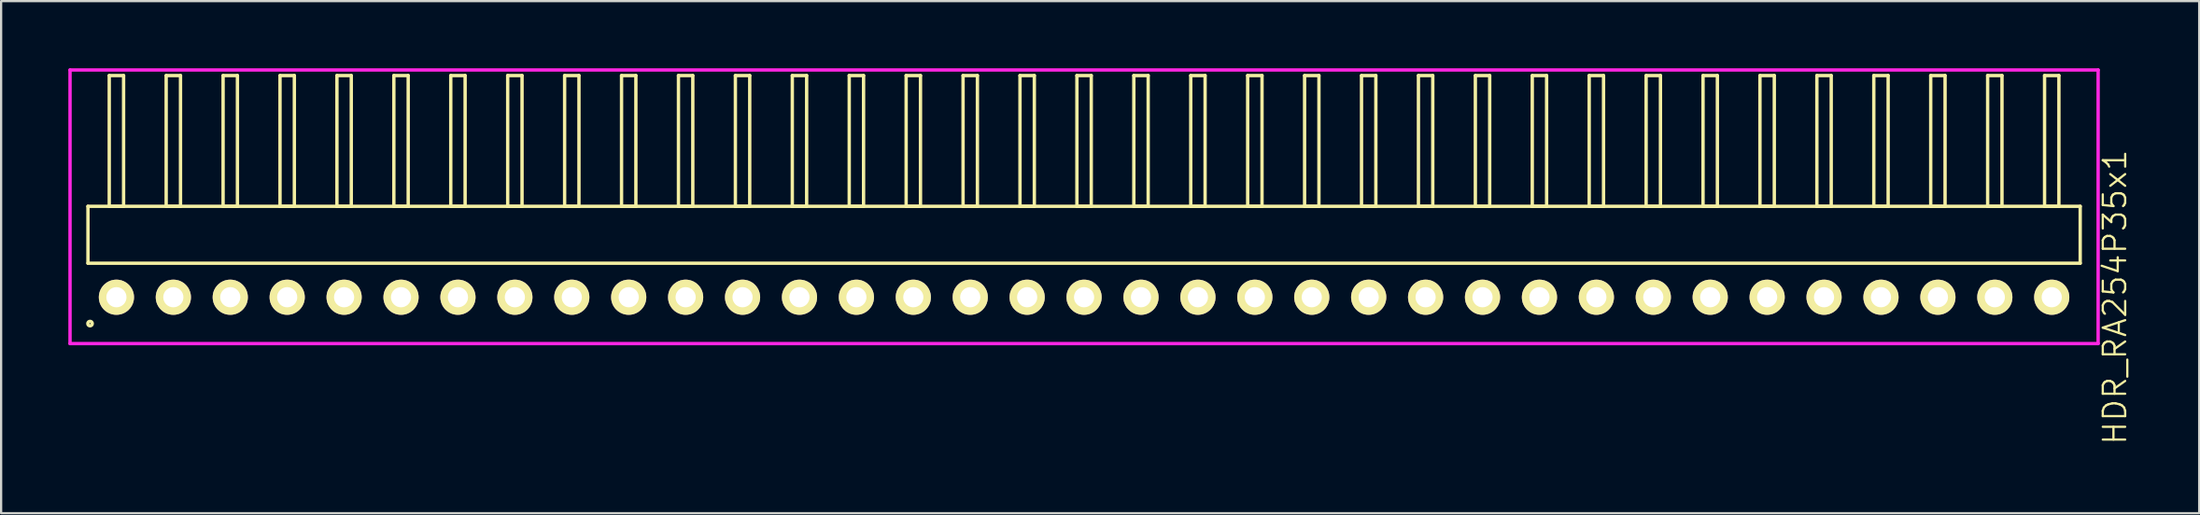
<source format=kicad_pcb>
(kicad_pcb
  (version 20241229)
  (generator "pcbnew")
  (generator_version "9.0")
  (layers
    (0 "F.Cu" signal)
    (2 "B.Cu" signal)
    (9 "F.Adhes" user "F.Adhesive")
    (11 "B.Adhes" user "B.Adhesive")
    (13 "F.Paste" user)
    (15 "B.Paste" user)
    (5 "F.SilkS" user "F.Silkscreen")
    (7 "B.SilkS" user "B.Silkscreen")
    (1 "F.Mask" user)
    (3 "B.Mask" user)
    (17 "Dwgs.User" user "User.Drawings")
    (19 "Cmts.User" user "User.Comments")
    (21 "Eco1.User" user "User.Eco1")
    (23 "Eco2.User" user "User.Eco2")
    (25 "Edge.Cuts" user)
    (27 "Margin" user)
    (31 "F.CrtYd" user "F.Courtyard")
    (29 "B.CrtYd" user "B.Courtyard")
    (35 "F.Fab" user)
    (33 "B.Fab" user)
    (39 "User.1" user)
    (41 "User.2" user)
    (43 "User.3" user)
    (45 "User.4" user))
  (footprint "HDR_RA254P35x1"
    (layer "F.Cu")
    (at 45.325 10.225)
    (property "Reference" "HDR_RA254P35x1" (at 46 0 90) (layer "F.SilkS") (effects (font (size 1 1) (thickness 0.1))))
    (attr through_hole)
    (fp_line (start -44.45 -4.06) (end -44.45 -1.52) (stroke (width 0.15) (type solid)) (layer "F.SilkS"))
    (fp_line (start -44.45 -1.52) (end 44.45 -1.52) (stroke (width 0.15) (type solid)) (layer "F.SilkS"))
    (fp_line (start -43.5 -9.9) (end -43.5 -4.06) (stroke (width 0.15) (type solid)) (layer "F.SilkS"))
    (fp_line (start -43.5 -4.06) (end -42.86 -4.06) (stroke (width 0.15) (type solid)) (layer "F.SilkS"))
    (fp_line (start -42.86 -9.9) (end -43.5 -9.9) (stroke (width 0.15) (type solid)) (layer "F.SilkS"))
    (fp_line (start -42.86 -4.06) (end -42.86 -9.9) (stroke (width 0.15) (type solid)) (layer "F.SilkS"))
    (fp_line (start -40.96 -9.9) (end -40.96 -4.06) (stroke (width 0.15) (type solid)) (layer "F.SilkS"))
    (fp_line (start -40.96 -4.06) (end -40.32 -4.06) (stroke (width 0.15) (type solid)) (layer "F.SilkS"))
    (fp_line (start -40.32 -9.9) (end -40.96 -9.9) (stroke (width 0.15) (type solid)) (layer "F.SilkS"))
    (fp_line (start -40.32 -4.06) (end -40.32 -9.9) (stroke (width 0.15) (type solid)) (layer "F.SilkS"))
    (fp_line (start -38.42 -9.9) (end -38.42 -4.06) (stroke (width 0.15) (type solid)) (layer "F.SilkS"))
    (fp_line (start -38.42 -4.06) (end -37.78 -4.06) (stroke (width 0.15) (type solid)) (layer "F.SilkS"))
    (fp_line (start -37.78 -9.9) (end -38.42 -9.9) (stroke (width 0.15) (type solid)) (layer "F.SilkS"))
    (fp_line (start -37.78 -4.06) (end -37.78 -9.9) (stroke (width 0.15) (type solid)) (layer "F.SilkS"))
    (fp_line (start -35.88 -9.9) (end -35.88 -4.06) (stroke (width 0.15) (type solid)) (layer "F.SilkS"))
    (fp_line (start -35.88 -4.06) (end -35.24 -4.06) (stroke (width 0.15) (type solid)) (layer "F.SilkS"))
    (fp_line (start -35.24 -9.9) (end -35.88 -9.9) (stroke (width 0.15) (type solid)) (layer "F.SilkS"))
    (fp_line (start -35.24 -4.06) (end -35.24 -9.9) (stroke (width 0.15) (type solid)) (layer "F.SilkS"))
    (fp_line (start -33.34 -9.9) (end -33.34 -4.06) (stroke (width 0.15) (type solid)) (layer "F.SilkS"))
    (fp_line (start -33.34 -4.06) (end -32.7 -4.06) (stroke (width 0.15) (type solid)) (layer "F.SilkS"))
    (fp_line (start -32.7 -9.9) (end -33.34 -9.9) (stroke (width 0.15) (type solid)) (layer "F.SilkS"))
    (fp_line (start -32.7 -4.06) (end -32.7 -9.9) (stroke (width 0.15) (type solid)) (layer "F.SilkS"))
    (fp_line (start -30.8 -9.9) (end -30.8 -4.06) (stroke (width 0.15) (type solid)) (layer "F.SilkS"))
    (fp_line (start -30.8 -4.06) (end -30.16 -4.06) (stroke (width 0.15) (type solid)) (layer "F.SilkS"))
    (fp_line (start -30.16 -9.9) (end -30.8 -9.9) (stroke (width 0.15) (type solid)) (layer "F.SilkS"))
    (fp_line (start -30.16 -4.06) (end -30.16 -9.9) (stroke (width 0.15) (type solid)) (layer "F.SilkS"))
    (fp_line (start -28.26 -9.9) (end -28.26 -4.06) (stroke (width 0.15) (type solid)) (layer "F.SilkS"))
    (fp_line (start -28.26 -4.06) (end -27.62 -4.06) (stroke (width 0.15) (type solid)) (layer "F.SilkS"))
    (fp_line (start -27.62 -9.9) (end -28.26 -9.9) (stroke (width 0.15) (type solid)) (layer "F.SilkS"))
    (fp_line (start -27.62 -4.06) (end -27.62 -9.9) (stroke (width 0.15) (type solid)) (layer "F.SilkS"))
    (fp_line (start -25.72 -9.9) (end -25.72 -4.06) (stroke (width 0.15) (type solid)) (layer "F.SilkS"))
    (fp_line (start -25.72 -4.06) (end -25.08 -4.06) (stroke (width 0.15) (type solid)) (layer "F.SilkS"))
    (fp_line (start -25.08 -9.9) (end -25.72 -9.9) (stroke (width 0.15) (type solid)) (layer "F.SilkS"))
    (fp_line (start -25.08 -4.06) (end -25.08 -9.9) (stroke (width 0.15) (type solid)) (layer "F.SilkS"))
    (fp_line (start -23.18 -9.9) (end -23.18 -4.06) (stroke (width 0.15) (type solid)) (layer "F.SilkS"))
    (fp_line (start -23.18 -4.06) (end -22.54 -4.06) (stroke (width 0.15) (type solid)) (layer "F.SilkS"))
    (fp_line (start -22.54 -9.9) (end -23.18 -9.9) (stroke (width 0.15) (type solid)) (layer "F.SilkS"))
    (fp_line (start -22.54 -4.06) (end -22.54 -9.9) (stroke (width 0.15) (type solid)) (layer "F.SilkS"))
    (fp_line (start -20.64 -9.9) (end -20.64 -4.06) (stroke (width 0.15) (type solid)) (layer "F.SilkS"))
    (fp_line (start -20.64 -4.06) (end -20 -4.06) (stroke (width 0.15) (type solid)) (layer "F.SilkS"))
    (fp_line (start -20 -9.9) (end -20.64 -9.9) (stroke (width 0.15) (type solid)) (layer "F.SilkS"))
    (fp_line (start -20 -4.06) (end -20 -9.9) (stroke (width 0.15) (type solid)) (layer "F.SilkS"))
    (fp_line (start -18.1 -9.9) (end -18.1 -4.06) (stroke (width 0.15) (type solid)) (layer "F.SilkS"))
    (fp_line (start -18.1 -4.06) (end -17.46 -4.06) (stroke (width 0.15) (type solid)) (layer "F.SilkS"))
    (fp_line (start -17.46 -9.9) (end -18.1 -9.9) (stroke (width 0.15) (type solid)) (layer "F.SilkS"))
    (fp_line (start -17.46 -4.06) (end -17.46 -9.9) (stroke (width 0.15) (type solid)) (layer "F.SilkS"))
    (fp_line (start -15.56 -9.9) (end -15.56 -4.06) (stroke (width 0.15) (type solid)) (layer "F.SilkS"))
    (fp_line (start -15.56 -4.06) (end -14.92 -4.06) (stroke (width 0.15) (type solid)) (layer "F.SilkS"))
    (fp_line (start -14.92 -9.9) (end -15.56 -9.9) (stroke (width 0.15) (type solid)) (layer "F.SilkS"))
    (fp_line (start -14.92 -4.06) (end -14.92 -9.9) (stroke (width 0.15) (type solid)) (layer "F.SilkS"))
    (fp_line (start -13.02 -9.9) (end -13.02 -4.06) (stroke (width 0.15) (type solid)) (layer "F.SilkS"))
    (fp_line (start -13.02 -4.06) (end -12.38 -4.06) (stroke (width 0.15) (type solid)) (layer "F.SilkS"))
    (fp_line (start -12.38 -9.9) (end -13.02 -9.9) (stroke (width 0.15) (type solid)) (layer "F.SilkS"))
    (fp_line (start -12.38 -4.06) (end -12.38 -9.9) (stroke (width 0.15) (type solid)) (layer "F.SilkS"))
    (fp_line (start -10.48 -9.9) (end -10.48 -4.06) (stroke (width 0.15) (type solid)) (layer "F.SilkS"))
    (fp_line (start -10.48 -4.06) (end -9.84 -4.06) (stroke (width 0.15) (type solid)) (layer "F.SilkS"))
    (fp_line (start -9.84 -9.9) (end -10.48 -9.9) (stroke (width 0.15) (type solid)) (layer "F.SilkS"))
    (fp_line (start -9.84 -4.06) (end -9.84 -9.9) (stroke (width 0.15) (type solid)) (layer "F.SilkS"))
    (fp_line (start -7.94 -9.9) (end -7.94 -4.06) (stroke (width 0.15) (type solid)) (layer "F.SilkS"))
    (fp_line (start -7.94 -4.06) (end -7.3 -4.06) (stroke (width 0.15) (type solid)) (layer "F.SilkS"))
    (fp_line (start -7.3 -9.9) (end -7.94 -9.9) (stroke (width 0.15) (type solid)) (layer "F.SilkS"))
    (fp_line (start -7.3 -4.06) (end -7.3 -9.9) (stroke (width 0.15) (type solid)) (layer "F.SilkS"))
    (fp_line (start -5.4 -9.9) (end -5.4 -4.06) (stroke (width 0.15) (type solid)) (layer "F.SilkS"))
    (fp_line (start -5.4 -4.06) (end -4.76 -4.06) (stroke (width 0.15) (type solid)) (layer "F.SilkS"))
    (fp_line (start -4.76 -9.9) (end -5.4 -9.9) (stroke (width 0.15) (type solid)) (layer "F.SilkS"))
    (fp_line (start -4.76 -4.06) (end -4.76 -9.9) (stroke (width 0.15) (type solid)) (layer "F.SilkS"))
    (fp_line (start -2.86 -9.9) (end -2.86 -4.06) (stroke (width 0.15) (type solid)) (layer "F.SilkS"))
    (fp_line (start -2.86 -4.06) (end -2.22 -4.06) (stroke (width 0.15) (type solid)) (layer "F.SilkS"))
    (fp_line (start -2.22 -9.9) (end -2.86 -9.9) (stroke (width 0.15) (type solid)) (layer "F.SilkS"))
    (fp_line (start -2.22 -4.06) (end -2.22 -9.9) (stroke (width 0.15) (type solid)) (layer "F.SilkS"))
    (fp_line (start -0.32 -9.9) (end -0.32 -4.06) (stroke (width 0.15) (type solid)) (layer "F.SilkS"))
    (fp_line (start -0.32 -4.06) (end 0.32 -4.06) (stroke (width 0.15) (type solid)) (layer "F.SilkS"))
    (fp_line (start 0.32 -9.9) (end -0.32 -9.9) (stroke (width 0.15) (type solid)) (layer "F.SilkS"))
    (fp_line (start 0.32 -4.06) (end 0.32 -9.9) (stroke (width 0.15) (type solid)) (layer "F.SilkS"))
    (fp_line (start 2.22 -9.9) (end 2.22 -4.06) (stroke (width 0.15) (type solid)) (layer "F.SilkS"))
    (fp_line (start 2.22 -4.06) (end 2.86 -4.06) (stroke (width 0.15) (type solid)) (layer "F.SilkS"))
    (fp_line (start 2.86 -9.9) (end 2.22 -9.9) (stroke (width 0.15) (type solid)) (layer "F.SilkS"))
    (fp_line (start 2.86 -4.06) (end 2.86 -9.9) (stroke (width 0.15) (type solid)) (layer "F.SilkS"))
    (fp_line (start 4.76 -9.9) (end 4.76 -4.06) (stroke (width 0.15) (type solid)) (layer "F.SilkS"))
    (fp_line (start 4.76 -4.06) (end 5.4 -4.06) (stroke (width 0.15) (type solid)) (layer "F.SilkS"))
    (fp_line (start 5.4 -9.9) (end 4.76 -9.9) (stroke (width 0.15) (type solid)) (layer "F.SilkS"))
    (fp_line (start 5.4 -4.06) (end 5.4 -9.9) (stroke (width 0.15) (type solid)) (layer "F.SilkS"))
    (fp_line (start 7.3 -9.9) (end 7.3 -4.06) (stroke (width 0.15) (type solid)) (layer "F.SilkS"))
    (fp_line (start 7.3 -4.06) (end 7.94 -4.06) (stroke (width 0.15) (type solid)) (layer "F.SilkS"))
    (fp_line (start 7.94 -9.9) (end 7.3 -9.9) (stroke (width 0.15) (type solid)) (layer "F.SilkS"))
    (fp_line (start 7.94 -4.06) (end 7.94 -9.9) (stroke (width 0.15) (type solid)) (layer "F.SilkS"))
    (fp_line (start 9.84 -9.9) (end 9.84 -4.06) (stroke (width 0.15) (type solid)) (layer "F.SilkS"))
    (fp_line (start 9.84 -4.06) (end 10.48 -4.06) (stroke (width 0.15) (type solid)) (layer "F.SilkS"))
    (fp_line (start 10.48 -9.9) (end 9.84 -9.9) (stroke (width 0.15) (type solid)) (layer "F.SilkS"))
    (fp_line (start 10.48 -4.06) (end 10.48 -9.9) (stroke (width 0.15) (type solid)) (layer "F.SilkS"))
    (fp_line (start 12.38 -9.9) (end 12.38 -4.06) (stroke (width 0.15) (type solid)) (layer "F.SilkS"))
    (fp_line (start 12.38 -4.06) (end 13.02 -4.06) (stroke (width 0.15) (type solid)) (layer "F.SilkS"))
    (fp_line (start 13.02 -9.9) (end 12.38 -9.9) (stroke (width 0.15) (type solid)) (layer "F.SilkS"))
    (fp_line (start 13.02 -4.06) (end 13.02 -9.9) (stroke (width 0.15) (type solid)) (layer "F.SilkS"))
    (fp_line (start 14.92 -9.9) (end 14.92 -4.06) (stroke (width 0.15) (type solid)) (layer "F.SilkS"))
    (fp_line (start 14.92 -4.06) (end 15.56 -4.06) (stroke (width 0.15) (type solid)) (layer "F.SilkS"))
    (fp_line (start 15.56 -9.9) (end 14.92 -9.9) (stroke (width 0.15) (type solid)) (layer "F.SilkS"))
    (fp_line (start 15.56 -4.06) (end 15.56 -9.9) (stroke (width 0.15) (type solid)) (layer "F.SilkS"))
    (fp_line (start 17.46 -9.9) (end 17.46 -4.06) (stroke (width 0.15) (type solid)) (layer "F.SilkS"))
    (fp_line (start 17.46 -4.06) (end 18.1 -4.06) (stroke (width 0.15) (type solid)) (layer "F.SilkS"))
    (fp_line (start 18.1 -9.9) (end 17.46 -9.9) (stroke (width 0.15) (type solid)) (layer "F.SilkS"))
    (fp_line (start 18.1 -4.06) (end 18.1 -9.9) (stroke (width 0.15) (type solid)) (layer "F.SilkS"))
    (fp_line (start 20 -9.9) (end 20 -4.06) (stroke (width 0.15) (type solid)) (layer "F.SilkS"))
    (fp_line (start 20 -4.06) (end 20.64 -4.06) (stroke (width 0.15) (type solid)) (layer "F.SilkS"))
    (fp_line (start 20.64 -9.9) (end 20 -9.9) (stroke (width 0.15) (type solid)) (layer "F.SilkS"))
    (fp_line (start 20.64 -4.06) (end 20.64 -9.9) (stroke (width 0.15) (type solid)) (layer "F.SilkS"))
    (fp_line (start 22.54 -9.9) (end 22.54 -4.06) (stroke (width 0.15) (type solid)) (layer "F.SilkS"))
    (fp_line (start 22.54 -4.06) (end 23.18 -4.06) (stroke (width 0.15) (type solid)) (layer "F.SilkS"))
    (fp_line (start 23.18 -9.9) (end 22.54 -9.9) (stroke (width 0.15) (type solid)) (layer "F.SilkS"))
    (fp_line (start 23.18 -4.06) (end 23.18 -9.9) (stroke (width 0.15) (type solid)) (layer "F.SilkS"))
    (fp_line (start 25.08 -9.9) (end 25.08 -4.06) (stroke (width 0.15) (type solid)) (layer "F.SilkS"))
    (fp_line (start 25.08 -4.06) (end 25.72 -4.06) (stroke (width 0.15) (type solid)) (layer "F.SilkS"))
    (fp_line (start 25.72 -9.9) (end 25.08 -9.9) (stroke (width 0.15) (type solid)) (layer "F.SilkS"))
    (fp_line (start 25.72 -4.06) (end 25.72 -9.9) (stroke (width 0.15) (type solid)) (layer "F.SilkS"))
    (fp_line (start 27.62 -9.9) (end 27.62 -4.06) (stroke (width 0.15) (type solid)) (layer "F.SilkS"))
    (fp_line (start 27.62 -4.06) (end 28.26 -4.06) (stroke (width 0.15) (type solid)) (layer "F.SilkS"))
    (fp_line (start 28.26 -9.9) (end 27.62 -9.9) (stroke (width 0.15) (type solid)) (layer "F.SilkS"))
    (fp_line (start 28.26 -4.06) (end 28.26 -9.9) (stroke (width 0.15) (type solid)) (layer "F.SilkS"))
    (fp_line (start 30.16 -9.9) (end 30.16 -4.06) (stroke (width 0.15) (type solid)) (layer "F.SilkS"))
    (fp_line (start 30.16 -4.06) (end 30.8 -4.06) (stroke (width 0.15) (type solid)) (layer "F.SilkS"))
    (fp_line (start 30.8 -9.9) (end 30.16 -9.9) (stroke (width 0.15) (type solid)) (layer "F.SilkS"))
    (fp_line (start 30.8 -4.06) (end 30.8 -9.9) (stroke (width 0.15) (type solid)) (layer "F.SilkS"))
    (fp_line (start 32.7 -9.9) (end 32.7 -4.06) (stroke (width 0.15) (type solid)) (layer "F.SilkS"))
    (fp_line (start 32.7 -4.06) (end 33.34 -4.06) (stroke (width 0.15) (type solid)) (layer "F.SilkS"))
    (fp_line (start 33.34 -9.9) (end 32.7 -9.9) (stroke (width 0.15) (type solid)) (layer "F.SilkS"))
    (fp_line (start 33.34 -4.06) (end 33.34 -9.9) (stroke (width 0.15) (type solid)) (layer "F.SilkS"))
    (fp_line (start 35.24 -9.9) (end 35.24 -4.06) (stroke (width 0.15) (type solid)) (layer "F.SilkS"))
    (fp_line (start 35.24 -4.06) (end 35.88 -4.06) (stroke (width 0.15) (type solid)) (layer "F.SilkS"))
    (fp_line (start 35.88 -9.9) (end 35.24 -9.9) (stroke (width 0.15) (type solid)) (layer "F.SilkS"))
    (fp_line (start 35.88 -4.06) (end 35.88 -9.9) (stroke (width 0.15) (type solid)) (layer "F.SilkS"))
    (fp_line (start 37.78 -9.9) (end 37.78 -4.06) (stroke (width 0.15) (type solid)) (layer "F.SilkS"))
    (fp_line (start 37.78 -4.06) (end 38.42 -4.06) (stroke (width 0.15) (type solid)) (layer "F.SilkS"))
    (fp_line (start 38.42 -9.9) (end 37.78 -9.9) (stroke (width 0.15) (type solid)) (layer "F.SilkS"))
    (fp_line (start 38.42 -4.06) (end 38.42 -9.9) (stroke (width 0.15) (type solid)) (layer "F.SilkS"))
    (fp_line (start 40.32 -9.9) (end 40.32 -4.06) (stroke (width 0.15) (type solid)) (layer "F.SilkS"))
    (fp_line (start 40.32 -4.06) (end 40.96 -4.06) (stroke (width 0.15) (type solid)) (layer "F.SilkS"))
    (fp_line (start 40.96 -9.9) (end 40.32 -9.9) (stroke (width 0.15) (type solid)) (layer "F.SilkS"))
    (fp_line (start 40.96 -4.06) (end 40.96 -9.9) (stroke (width 0.15) (type solid)) (layer "F.SilkS"))
    (fp_line (start 42.86 -9.9) (end 42.86 -4.06) (stroke (width 0.15) (type solid)) (layer "F.SilkS"))
    (fp_line (start 42.86 -4.06) (end 43.5 -4.06) (stroke (width 0.15) (type solid)) (layer "F.SilkS"))
    (fp_line (start 43.5 -9.9) (end 42.86 -9.9) (stroke (width 0.15) (type solid)) (layer "F.SilkS"))
    (fp_line (start 43.5 -4.06) (end 43.5 -9.9) (stroke (width 0.15) (type solid)) (layer "F.SilkS"))
    (fp_line (start 44.45 -4.06) (end -44.45 -4.06) (stroke (width 0.15) (type solid)) (layer "F.SilkS"))
    (fp_line (start 44.45 -1.52) (end 44.45 -4.06) (stroke (width 0.15) (type solid)) (layer "F.SilkS"))
    (fp_circle (center -44.357 1.177) (end -44.257 1.177) (stroke (width 0.15) (type solid)) (fill no) (layer "F.SilkS"))
    (fp_line (start -45.25 -10.15) (end -45.25 2.07) (stroke (width 0.15) (type solid)) (layer "F.CrtYd"))
    (fp_line (start -45.25 2.07) (end 45.25 2.07) (stroke (width 0.15) (type solid)) (layer "F.CrtYd"))
    (fp_line (start 45.25 -10.15) (end -45.25 -10.15) (stroke (width 0.15) (type solid)) (layer "F.CrtYd"))
    (fp_line (start 45.25 2.07) (end 45.25 -10.15) (stroke (width 0.15) (type solid)) (layer "F.CrtYd"))
    (pad "1" thru_hole oval (at -43.18 0) (size 1.57 1.57) (drill 0.9) (layers "*.Cu" "*.Mask" "F.SilkS"))
    (pad "2" thru_hole oval (at -40.64 0) (size 1.57 1.57) (drill 0.9) (layers "*.Cu" "*.Mask" "F.SilkS"))
    (pad "3" thru_hole oval (at -38.1 0) (size 1.57 1.57) (drill 0.9) (layers "*.Cu" "*.Mask" "F.SilkS"))
    (pad "4" thru_hole oval (at -35.56 0) (size 1.57 1.57) (drill 0.9) (layers "*.Cu" "*.Mask" "F.SilkS"))
    (pad "5" thru_hole oval (at -33.02 0) (size 1.57 1.57) (drill 0.9) (layers "*.Cu" "*.Mask" "F.SilkS"))
    (pad "6" thru_hole oval (at -30.48 0) (size 1.57 1.57) (drill 0.9) (layers "*.Cu" "*.Mask" "F.SilkS"))
    (pad "7" thru_hole oval (at -27.94 0) (size 1.57 1.57) (drill 0.9) (layers "*.Cu" "*.Mask" "F.SilkS"))
    (pad "8" thru_hole oval (at -25.4 0) (size 1.57 1.57) (drill 0.9) (layers "*.Cu" "*.Mask" "F.SilkS"))
    (pad "9" thru_hole oval (at -22.86 0) (size 1.57 1.57) (drill 0.9) (layers "*.Cu" "*.Mask" "F.SilkS"))
    (pad "10" thru_hole oval (at -20.32 0) (size 1.57 1.57) (drill 0.9) (layers "*.Cu" "*.Mask" "F.SilkS"))
    (pad "11" thru_hole oval (at -17.78 0) (size 1.57 1.57) (drill 0.9) (layers "*.Cu" "*.Mask" "F.SilkS"))
    (pad "12" thru_hole oval (at -15.24 0) (size 1.57 1.57) (drill 0.9) (layers "*.Cu" "*.Mask" "F.SilkS"))
    (pad "13" thru_hole oval (at -12.7 0) (size 1.57 1.57) (drill 0.9) (layers "*.Cu" "*.Mask" "F.SilkS"))
    (pad "14" thru_hole oval (at -10.16 0) (size 1.57 1.57) (drill 0.9) (layers "*.Cu" "*.Mask" "F.SilkS"))
    (pad "15" thru_hole oval (at -7.62 0) (size 1.57 1.57) (drill 0.9) (layers "*.Cu" "*.Mask" "F.SilkS"))
    (pad "16" thru_hole oval (at -5.08 0) (size 1.57 1.57) (drill 0.9) (layers "*.Cu" "*.Mask" "F.SilkS"))
    (pad "17" thru_hole oval (at -2.54 0) (size 1.57 1.57) (drill 0.9) (layers "*.Cu" "*.Mask" "F.SilkS"))
    (pad "18" thru_hole oval (at 0 0) (size 1.57 1.57) (drill 0.9) (layers "*.Cu" "*.Mask" "F.SilkS"))
    (pad "19" thru_hole oval (at 2.54 0) (size 1.57 1.57) (drill 0.9) (layers "*.Cu" "*.Mask" "F.SilkS"))
    (pad "20" thru_hole oval (at 5.08 0) (size 1.57 1.57) (drill 0.9) (layers "*.Cu" "*.Mask" "F.SilkS"))
    (pad "21" thru_hole oval (at 7.62 0) (size 1.57 1.57) (drill 0.9) (layers "*.Cu" "*.Mask" "F.SilkS"))
    (pad "22" thru_hole oval (at 10.16 0) (size 1.57 1.57) (drill 0.9) (layers "*.Cu" "*.Mask" "F.SilkS"))
    (pad "23" thru_hole oval (at 12.7 0) (size 1.57 1.57) (drill 0.9) (layers "*.Cu" "*.Mask" "F.SilkS"))
    (pad "24" thru_hole oval (at 15.24 0) (size 1.57 1.57) (drill 0.9) (layers "*.Cu" "*.Mask" "F.SilkS"))
    (pad "25" thru_hole oval (at 17.78 0) (size 1.57 1.57) (drill 0.9) (layers "*.Cu" "*.Mask" "F.SilkS"))
    (pad "26" thru_hole oval (at 20.32 0) (size 1.57 1.57) (drill 0.9) (layers "*.Cu" "*.Mask" "F.SilkS"))
    (pad "27" thru_hole oval (at 22.86 0) (size 1.57 1.57) (drill 0.9) (layers "*.Cu" "*.Mask" "F.SilkS"))
    (pad "28" thru_hole oval (at 25.4 0) (size 1.57 1.57) (drill 0.9) (layers "*.Cu" "*.Mask" "F.SilkS"))
    (pad "29" thru_hole oval (at 27.94 0) (size 1.57 1.57) (drill 0.9) (layers "*.Cu" "*.Mask" "F.SilkS"))
    (pad "30" thru_hole oval (at 30.48 0) (size 1.57 1.57) (drill 0.9) (layers "*.Cu" "*.Mask" "F.SilkS"))
    (pad "31" thru_hole oval (at 33.02 0) (size 1.57 1.57) (drill 0.9) (layers "*.Cu" "*.Mask" "F.SilkS"))
    (pad "32" thru_hole oval (at 35.56 0) (size 1.57 1.57) (drill 0.9) (layers "*.Cu" "*.Mask" "F.SilkS"))
    (pad "33" thru_hole oval (at 38.1 0) (size 1.57 1.57) (drill 0.9) (layers "*.Cu" "*.Mask" "F.SilkS"))
    (pad "34" thru_hole oval (at 40.64 0) (size 1.57 1.57) (drill 0.9) (layers "*.Cu" "*.Mask" "F.SilkS"))
    (pad "35" thru_hole oval (at 43.18 0) (size 1.57 1.57) (drill 0.9) (layers "*.Cu" "*.Mask" "F.SilkS")))
  (gr_rect
    (start -3 -3)
    (end 95.085 19.87)
    (stroke (width 0.1) (type default))
    (fill no)
    (layer "Edge.Cuts")))
</source>
